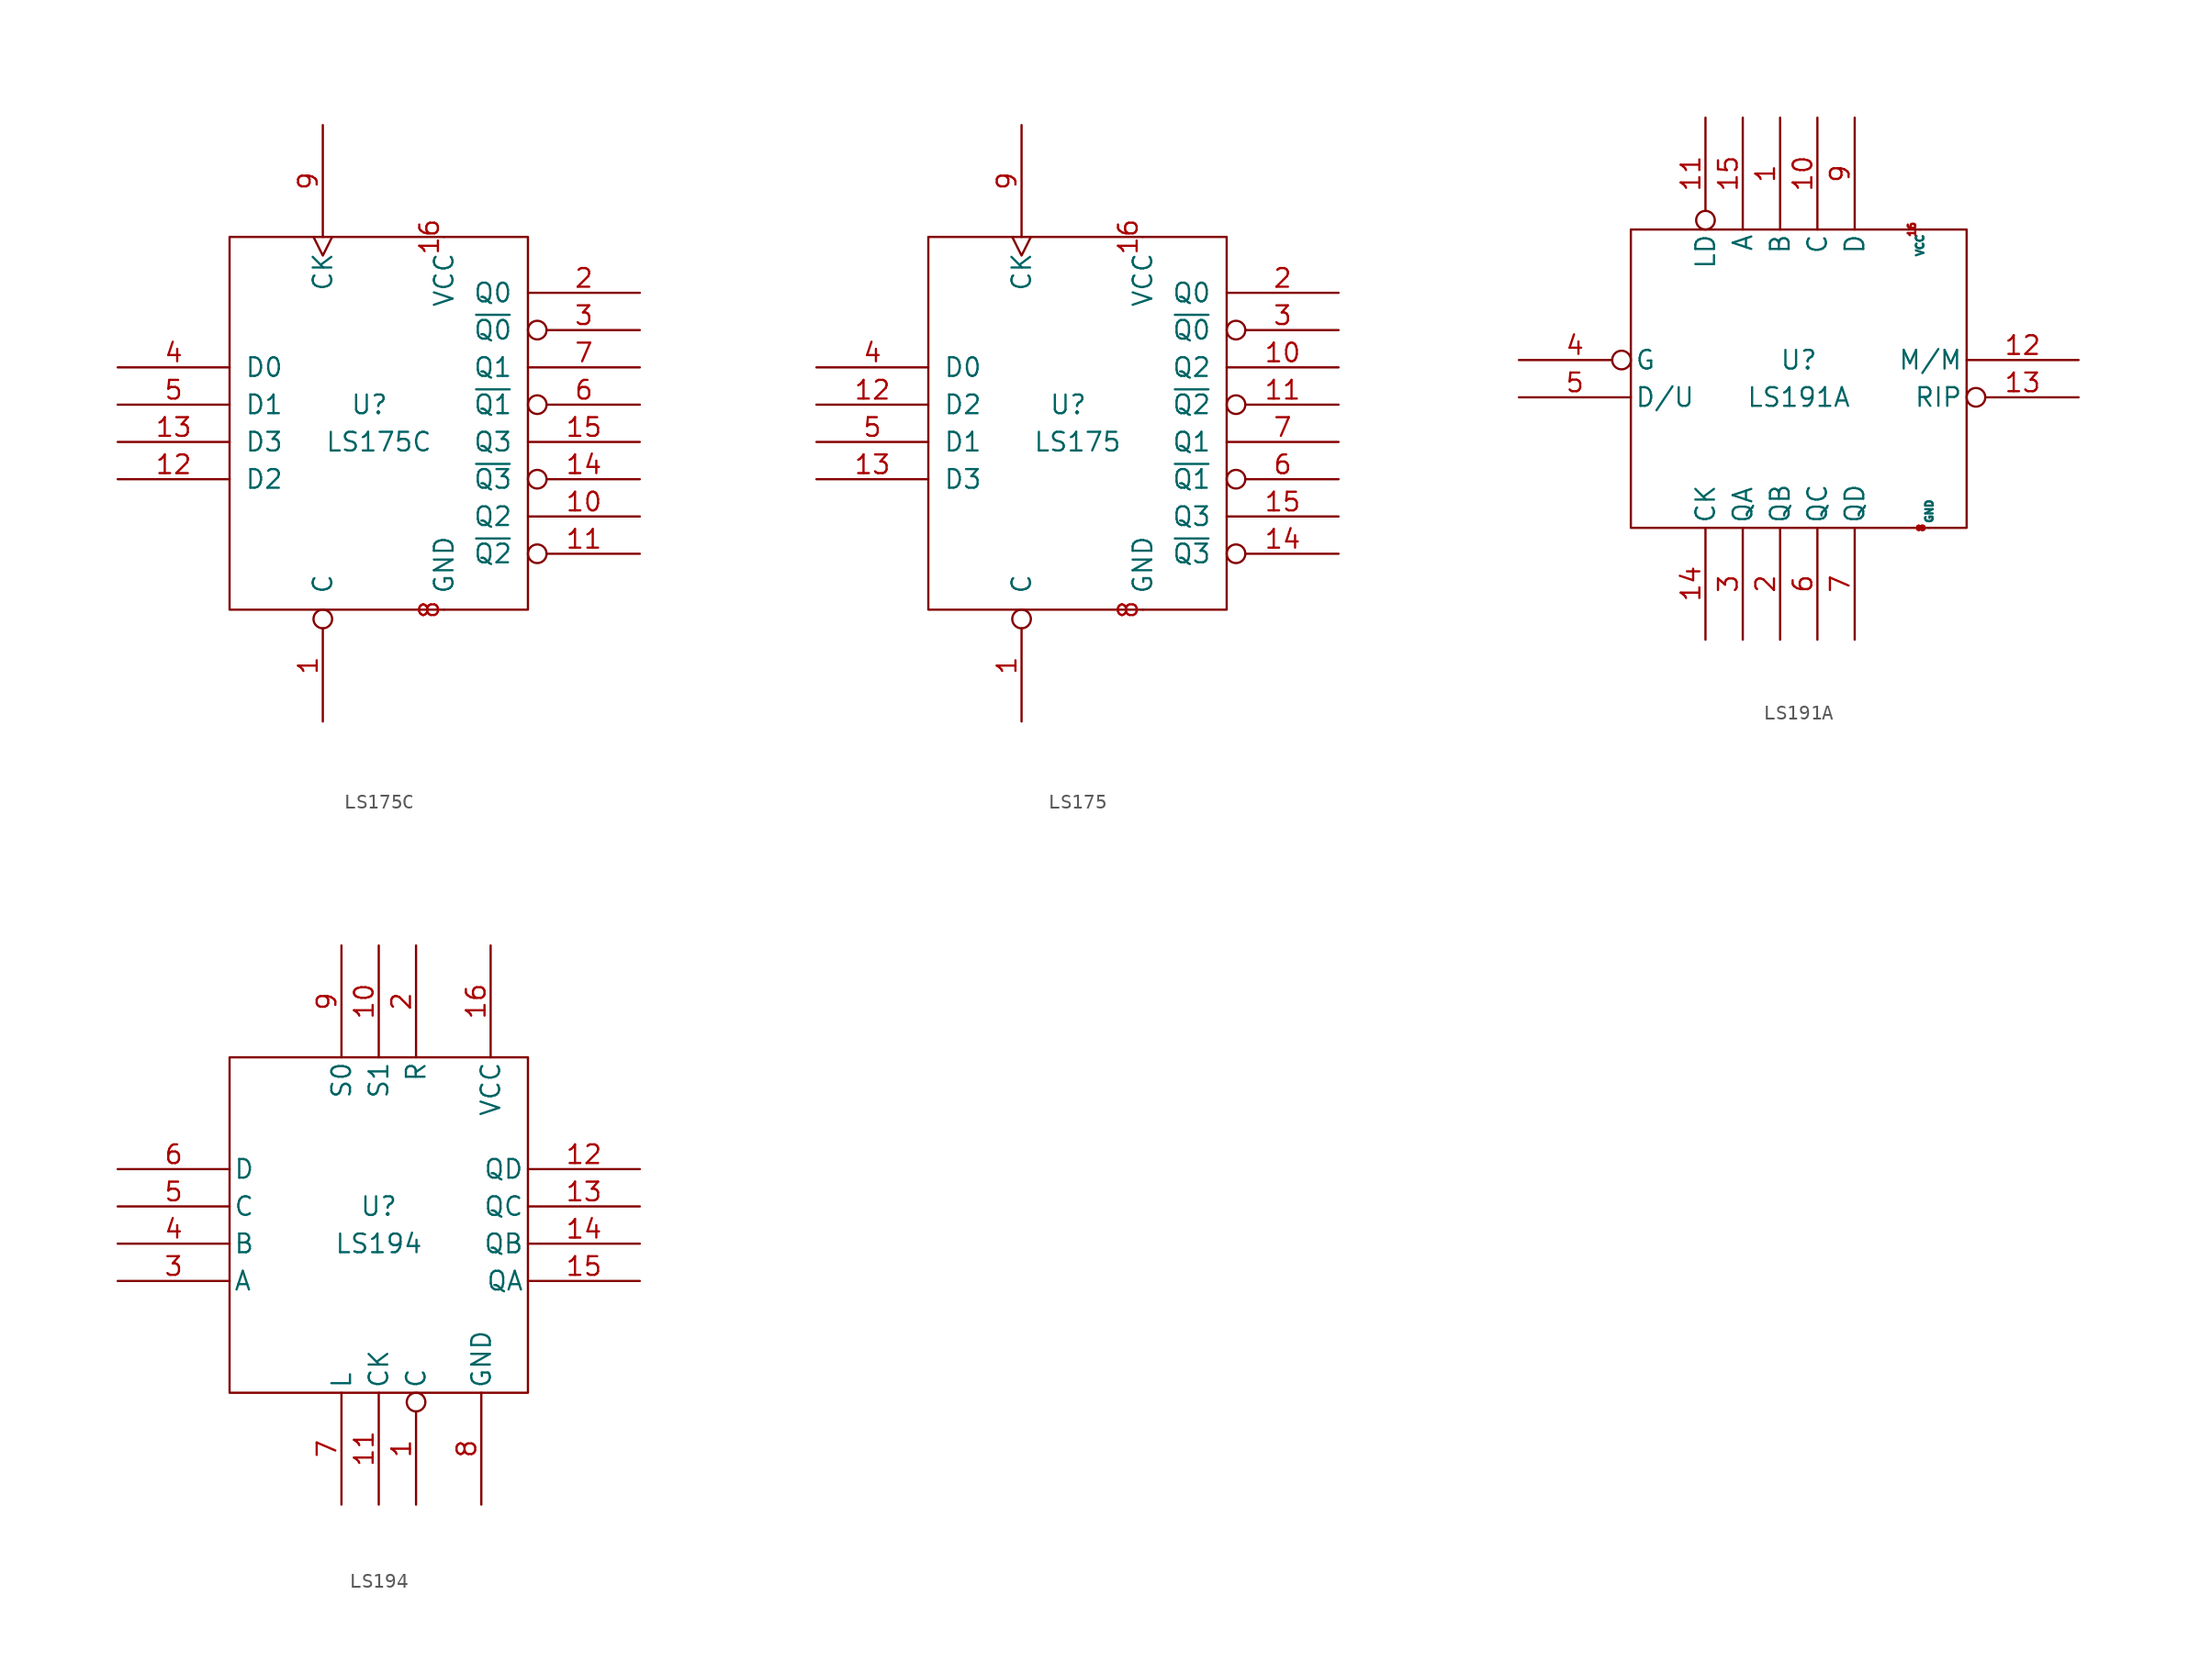
<source format=kicad_sym>
(kicad_symbol_lib
  (version 20211014)
  (generator kicad_symbol_editor)
  (symbol "LS175C"
    (pin_names
      (offset 1.016))
    (property "Reference" "U"
      (at -0.635 1.27 0)
      (effects (font (size 1.27 1.27))))
    (property "Value" "LS175C"
      (at 0 -1.27 0)
      (effects (font (size 1.27 1.27))))
    (symbol "LS175C_0_0"
      (pin power_in line (at 4.445 12.7 270) (length 0) (name "VCC" (effects (font (size 1.27 1.27)))) (number "16" (effects (font (size 1.27 1.27)))))
      (pin power_in line (at 4.445 -12.7 90) (length 0) (name "GND" (effects (font (size 1.27 1.27)))) (number "8" (effects (font (size 1.27 1.27))))))
    (symbol "LS175C_0_1"
      (rectangle (start -10.16 12.7) (end 10.16 -12.7) (stroke (width 0) (type default) (color 0 0 0 0)) (fill (type none))))
    (symbol "LS175C_1_1"
      (pin input inverted (at -3.81 -20.32 90) (length 7.62) (name "C" (effects (font (size 1.27 1.27)))) (number "1" (effects (font (size 1.27 1.27)))))
      (pin output line (at 17.78 -6.35 180) (length 7.62) (name "Q2" (effects (font (size 1.27 1.27)))) (number "10" (effects (font (size 1.27 1.27)))))
      (pin output inverted (at 17.78 -8.89 180) (length 7.62) (name "~{Q2}" (effects (font (size 1.27 1.27)))) (number "11" (effects (font (size 1.27 1.27)))))
      (pin input line (at -17.78 -3.81 0) (length 7.62) (name "D2" (effects (font (size 1.27 1.27)))) (number "12" (effects (font (size 1.27 1.27)))))
      (pin input line (at -17.78 -1.27 0) (length 7.62) (name "D3" (effects (font (size 1.27 1.27)))) (number "13" (effects (font (size 1.27 1.27)))))
      (pin output inverted (at 17.78 -3.81 180) (length 7.62) (name "~{Q3}" (effects (font (size 1.27 1.27)))) (number "14" (effects (font (size 1.27 1.27)))))
      (pin output line (at 17.78 -1.27 180) (length 7.62) (name "Q3" (effects (font (size 1.27 1.27)))) (number "15" (effects (font (size 1.27 1.27)))))
      (pin output line (at 17.78 8.89 180) (length 7.62) (name "Q0" (effects (font (size 1.27 1.27)))) (number "2" (effects (font (size 1.27 1.27)))))
      (pin output inverted (at 17.78 6.35 180) (length 7.62) (name "~{Q0}" (effects (font (size 1.27 1.27)))) (number "3" (effects (font (size 1.27 1.27)))))
      (pin input line (at -17.78 3.81 0) (length 7.62) (name "D0" (effects (font (size 1.27 1.27)))) (number "4" (effects (font (size 1.27 1.27)))))
      (pin input line (at -17.78 1.27 0) (length 7.62) (name "D1" (effects (font (size 1.27 1.27)))) (number "5" (effects (font (size 1.27 1.27)))))
      (pin output inverted (at 17.78 1.27 180) (length 7.62) (name "~{Q1}" (effects (font (size 1.27 1.27)))) (number "6" (effects (font (size 1.27 1.27)))))
      (pin output line (at 17.78 3.81 180) (length 7.62) (name "Q1" (effects (font (size 1.27 1.27)))) (number "7" (effects (font (size 1.27 1.27)))))
      (pin input clock (at -3.81 20.32 270) (length 7.62) (name "CK" (effects (font (size 1.27 1.27)))) (number "9" (effects (font (size 1.27 1.27)))))))
  (symbol "LS175"
    (pin_names
      (offset 1.016))
    (property "Reference" "U"
      (at -0.635 1.27 0)
      (effects (font (size 1.27 1.27))))
    (property "Value" "LS175"
      (at 0 -1.27 0)
      (effects (font (size 1.27 1.27))))
    (symbol "LS175_0_0"
      (pin power_in line (at 4.445 12.7 270) (length 0) (name "VCC" (effects (font (size 1.27 1.27)))) (number "16" (effects (font (size 1.27 1.27)))))
      (pin power_in line (at 4.445 -12.7 90) (length 0) (name "GND" (effects (font (size 1.27 1.27)))) (number "8" (effects (font (size 1.27 1.27))))))
    (symbol "LS175_0_1"
      (rectangle (start -10.16 12.7) (end 10.16 -12.7) (stroke (width 0) (type default) (color 0 0 0 0)) (fill (type none))))
    (symbol "LS175_1_1"
      (pin input inverted (at -3.81 -20.32 90) (length 7.62) (name "C" (effects (font (size 1.27 1.27)))) (number "1" (effects (font (size 1.27 1.27)))))
      (pin output line (at 17.78 3.81 180) (length 7.62) (name "Q2" (effects (font (size 1.27 1.27)))) (number "10" (effects (font (size 1.27 1.27)))))
      (pin output inverted (at 17.78 1.27 180) (length 7.62) (name "~{Q2}" (effects (font (size 1.27 1.27)))) (number "11" (effects (font (size 1.27 1.27)))))
      (pin input line (at -17.78 1.27 0) (length 7.62) (name "D2" (effects (font (size 1.27 1.27)))) (number "12" (effects (font (size 1.27 1.27)))))
      (pin input line (at -17.78 -3.81 0) (length 7.62) (name "D3" (effects (font (size 1.27 1.27)))) (number "13" (effects (font (size 1.27 1.27)))))
      (pin output inverted (at 17.78 -8.89 180) (length 7.62) (name "~{Q3}" (effects (font (size 1.27 1.27)))) (number "14" (effects (font (size 1.27 1.27)))))
      (pin output line (at 17.78 -6.35 180) (length 7.62) (name "Q3" (effects (font (size 1.27 1.27)))) (number "15" (effects (font (size 1.27 1.27)))))
      (pin output line (at 17.78 8.89 180) (length 7.62) (name "Q0" (effects (font (size 1.27 1.27)))) (number "2" (effects (font (size 1.27 1.27)))))
      (pin output inverted (at 17.78 6.35 180) (length 7.62) (name "~{Q0}" (effects (font (size 1.27 1.27)))) (number "3" (effects (font (size 1.27 1.27)))))
      (pin input line (at -17.78 3.81 0) (length 7.62) (name "D0" (effects (font (size 1.27 1.27)))) (number "4" (effects (font (size 1.27 1.27)))))
      (pin input line (at -17.78 -1.27 0) (length 7.62) (name "D1" (effects (font (size 1.27 1.27)))) (number "5" (effects (font (size 1.27 1.27)))))
      (pin output inverted (at 17.78 -3.81 180) (length 7.62) (name "~{Q1}" (effects (font (size 1.27 1.27)))) (number "6" (effects (font (size 1.27 1.27)))))
      (pin output line (at 17.78 -1.27 180) (length 7.62) (name "Q1" (effects (font (size 1.27 1.27)))) (number "7" (effects (font (size 1.27 1.27)))))
      (pin input clock (at -3.81 20.32 270) (length 7.62) (name "CK" (effects (font (size 1.27 1.27)))) (number "9" (effects (font (size 1.27 1.27)))))))
  (symbol "LS191A"
    (pin_names
      (offset 0.254))
    (property "Reference" "U"
      (at 0 1.27 0)
      (effects (font (size 1.27 1.27))))
    (property "Value" "LS191A"
      (at 0 -1.27 0)
      (effects (font (size 1.27 1.27))))
    (symbol "LS191A_0_0"
      (pin power_in line (at 8.255 10.16 270) (length 0) (name "VCC" (effects (font (size 0.508 0.508)))) (number "16" (effects (font (size 0.508 0.508)))))
      (pin power_in line (at 8.89 -10.16 90) (length 0) (name "GND" (effects (font (size 0.508 0.508)))) (number "8" (effects (font (size 0.508 0.508))))))
    (symbol "LS191A_0_1"
      (rectangle (start -11.43 10.16) (end 11.43 -10.16) (stroke (width 0) (type default) (color 0 0 0 0)) (fill (type none))))
    (symbol "LS191A_1_1"
      (pin input line (at -1.27 17.78 270) (length 7.62) (name "B" (effects (font (size 1.27 1.27)))) (number "1" (effects (font (size 1.27 1.27)))))
      (pin input line (at 1.27 17.78 270) (length 7.62) (name "C" (effects (font (size 1.27 1.27)))) (number "10" (effects (font (size 1.27 1.27)))))
      (pin input inverted (at -6.35 17.78 270) (length 7.62) (name "LD" (effects (font (size 1.27 1.27)))) (number "11" (effects (font (size 1.27 1.27)))))
      (pin output line (at 19.05 1.27 180) (length 7.62) (name "M/M" (effects (font (size 1.27 1.27)))) (number "12" (effects (font (size 1.27 1.27)))))
      (pin output inverted (at 19.05 -1.27 180) (length 7.62) (name "RIP" (effects (font (size 1.27 1.27)))) (number "13" (effects (font (size 1.27 1.27)))))
      (pin input line (at -6.35 -17.78 90) (length 7.62) (name "CK" (effects (font (size 1.27 1.27)))) (number "14" (effects (font (size 1.27 1.27)))))
      (pin input line (at -3.81 17.78 270) (length 7.62) (name "A" (effects (font (size 1.27 1.27)))) (number "15" (effects (font (size 1.27 1.27)))))
      (pin output line (at -1.27 -17.78 90) (length 7.62) (name "QB" (effects (font (size 1.27 1.27)))) (number "2" (effects (font (size 1.27 1.27)))))
      (pin output line (at -3.81 -17.78 90) (length 7.62) (name "QA" (effects (font (size 1.27 1.27)))) (number "3" (effects (font (size 1.27 1.27)))))
      (pin input inverted (at -19.05 1.27 0) (length 7.62) (name "G" (effects (font (size 1.27 1.27)))) (number "4" (effects (font (size 1.27 1.27)))))
      (pin input line (at -19.05 -1.27 0) (length 7.62) (name "D/U" (effects (font (size 1.27 1.27)))) (number "5" (effects (font (size 1.27 1.27)))))
      (pin output line (at 1.27 -17.78 90) (length 7.62) (name "QC" (effects (font (size 1.27 1.27)))) (number "6" (effects (font (size 1.27 1.27)))))
      (pin output line (at 3.81 -17.78 90) (length 7.62) (name "QD" (effects (font (size 1.27 1.27)))) (number "7" (effects (font (size 1.27 1.27)))))
      (pin input line (at 3.81 17.78 270) (length 7.62) (name "D" (effects (font (size 1.27 1.27)))) (number "9" (effects (font (size 1.27 1.27)))))))
  (symbol "LS194"
    (pin_names
      (offset 0.254))
    (property "Reference" "U"
      (at 0 1.27 0)
      (effects (font (size 1.27 1.27))))
    (property "Value" "LS194"
      (at 0 -1.27 0)
      (effects (font (size 1.27 1.27))))
    (symbol "LS194_0_0"
      (pin power_in line (at 7.62 19.05 270) (length 7.62) (name "VCC" (effects (font (size 1.27 1.27)))) (number "16" (effects (font (size 1.27 1.27)))))
      (pin power_in line (at 6.985 -19.05 90) (length 7.62) (name "GND" (effects (font (size 1.27 1.27)))) (number "8" (effects (font (size 1.27 1.27))))))
    (symbol "LS194_0_1"
      (rectangle (start -10.16 11.43) (end 10.16 -11.43) (stroke (width 0) (type default) (color 0 0 0 0)) (fill (type none))))
    (symbol "LS194_1_1"
      (pin input inverted (at 2.54 -19.05 90) (length 7.62) (name "C" (effects (font (size 1.27 1.27)))) (number "1" (effects (font (size 1.27 1.27)))))
      (pin input line (at 0 19.05 270) (length 7.62) (name "S1" (effects (font (size 1.27 1.27)))) (number "10" (effects (font (size 1.27 1.27)))))
      (pin input line (at 0 -19.05 90) (length 7.62) (name "CK" (effects (font (size 1.27 1.27)))) (number "11" (effects (font (size 1.27 1.27)))))
      (pin output line (at 17.78 3.81 180) (length 7.62) (name "QD" (effects (font (size 1.27 1.27)))) (number "12" (effects (font (size 1.27 1.27)))))
      (pin output line (at 17.78 1.27 180) (length 7.62) (name "QC" (effects (font (size 1.27 1.27)))) (number "13" (effects (font (size 1.27 1.27)))))
      (pin output line (at 17.78 -1.27 180) (length 7.62) (name "QB" (effects (font (size 1.27 1.27)))) (number "14" (effects (font (size 1.27 1.27)))))
      (pin output line (at 17.78 -3.81 180) (length 7.62) (name "QA" (effects (font (size 1.27 1.27)))) (number "15" (effects (font (size 1.27 1.27)))))
      (pin input line (at 2.54 19.05 270) (length 7.62) (name "R" (effects (font (size 1.27 1.27)))) (number "2" (effects (font (size 1.27 1.27)))))
      (pin input line (at -17.78 -3.81 0) (length 7.62) (name "A" (effects (font (size 1.27 1.27)))) (number "3" (effects (font (size 1.27 1.27)))))
      (pin input line (at -17.78 -1.27 0) (length 7.62) (name "B" (effects (font (size 1.27 1.27)))) (number "4" (effects (font (size 1.27 1.27)))))
      (pin input line (at -17.78 1.27 0) (length 7.62) (name "C" (effects (font (size 1.27 1.27)))) (number "5" (effects (font (size 1.27 1.27)))))
      (pin input line (at -17.78 3.81 0) (length 7.62) (name "D" (effects (font (size 1.27 1.27)))) (number "6" (effects (font (size 1.27 1.27)))))
      (pin input line (at -2.54 -19.05 90) (length 7.62) (name "L" (effects (font (size 1.27 1.27)))) (number "7" (effects (font (size 1.27 1.27)))))
      (pin input line (at -2.54 19.05 270) (length 7.62) (name "S0" (effects (font (size 1.27 1.27)))) (number "9" (effects (font (size 1.27 1.27))))))))
</source>
